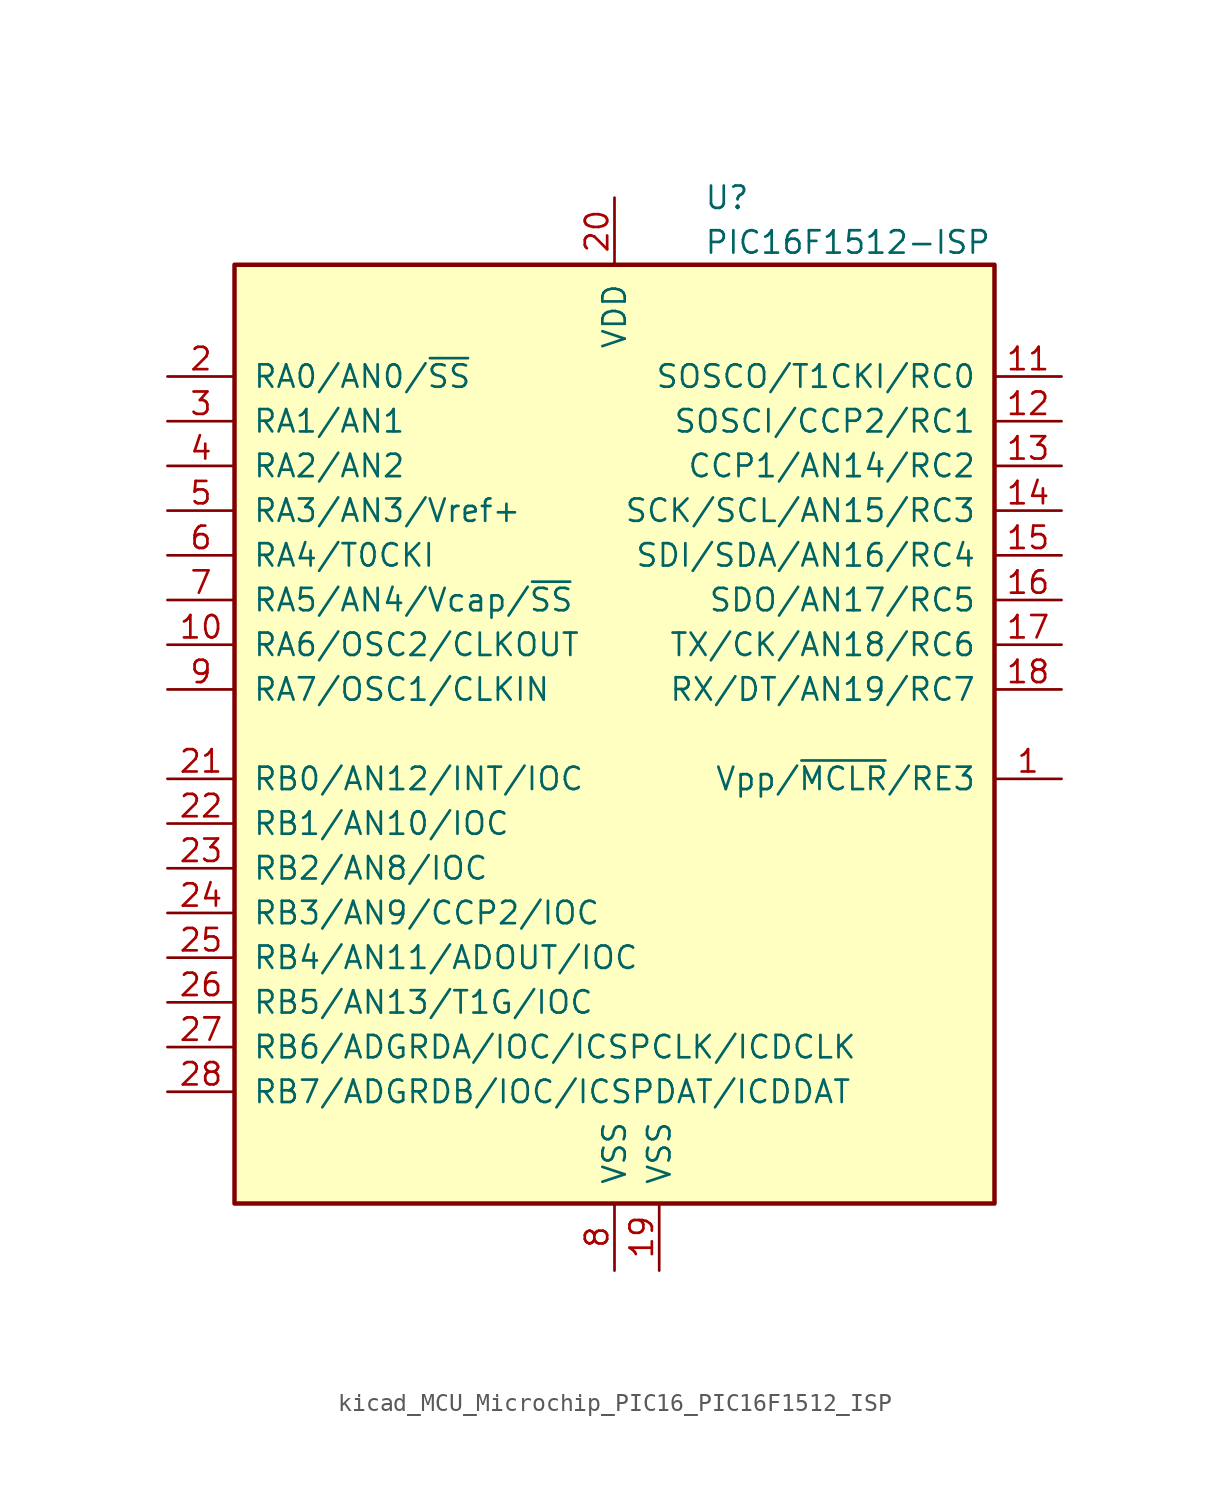
<source format=kicad_sym>
(kicad_symbol_lib
  (version 20220914)
  (generator kicad_symbol_editor)
  (symbol "kicad_MCU_Microchip_PIC16_PIC16F1512_ISP"
    (pin_names
      (offset 1.016))
    (property "Reference" "U"
      (at 5.08 30.48 0)
      (effects (font (size 1.27 1.27)) (justify left)))
    (property "Value" "PIC16F1512-ISP"
      (at 5.08 27.94 0)
      (effects (font (size 1.27 1.27)) (justify left)))
    (symbol "kicad_MCU_Microchip_PIC16_PIC16F1512_ISP_0_1"
      (rectangle (start -21.59 26.67) (end 21.59 -26.67) (stroke (width 0.254) (type default)) (fill (type background))))
    (symbol "kicad_MCU_Microchip_PIC16_PIC16F1512_ISP_1_1"
      (pin input line (at 25.4 -2.54 180) (length 3.81) (name "Vpp/~{MCLR}/RE3" (effects (font (size 1.27 1.27)))) (number "1" (effects (font (size 1.27 1.27)))))
      (pin bidirectional line (at -25.4 5.08 0) (length 3.81) (name "RA6/OSC2/CLKOUT" (effects (font (size 1.27 1.27)))) (number "10" (effects (font (size 1.27 1.27)))))
      (pin bidirectional line (at 25.4 20.32 180) (length 3.81) (name "SOSCO/T1CKI/RC0" (effects (font (size 1.27 1.27)))) (number "11" (effects (font (size 1.27 1.27)))))
      (pin bidirectional line (at 25.4 17.78 180) (length 3.81) (name "SOSCI/CCP2/RC1" (effects (font (size 1.27 1.27)))) (number "12" (effects (font (size 1.27 1.27)))))
      (pin bidirectional line (at 25.4 15.24 180) (length 3.81) (name "CCP1/AN14/RC2" (effects (font (size 1.27 1.27)))) (number "13" (effects (font (size 1.27 1.27)))))
      (pin bidirectional line (at 25.4 12.7 180) (length 3.81) (name "SCK/SCL/AN15/RC3" (effects (font (size 1.27 1.27)))) (number "14" (effects (font (size 1.27 1.27)))))
      (pin bidirectional line (at 25.4 10.16 180) (length 3.81) (name "SDI/SDA/AN16/RC4" (effects (font (size 1.27 1.27)))) (number "15" (effects (font (size 1.27 1.27)))))
      (pin bidirectional line (at 25.4 7.62 180) (length 3.81) (name "SDO/AN17/RC5" (effects (font (size 1.27 1.27)))) (number "16" (effects (font (size 1.27 1.27)))))
      (pin bidirectional line (at 25.4 5.08 180) (length 3.81) (name "TX/CK/AN18/RC6" (effects (font (size 1.27 1.27)))) (number "17" (effects (font (size 1.27 1.27)))))
      (pin bidirectional line (at 25.4 2.54 180) (length 3.81) (name "RX/DT/AN19/RC7" (effects (font (size 1.27 1.27)))) (number "18" (effects (font (size 1.27 1.27)))))
      (pin power_in line (at 2.54 -30.48 90) (length 3.81) (name "VSS" (effects (font (size 1.27 1.27)))) (number "19" (effects (font (size 1.27 1.27)))))
      (pin bidirectional line (at -25.4 20.32 0) (length 3.81) (name "RA0/AN0/~{SS}" (effects (font (size 1.27 1.27)))) (number "2" (effects (font (size 1.27 1.27)))))
      (pin power_in line (at 0 30.48 270) (length 3.81) (name "VDD" (effects (font (size 1.27 1.27)))) (number "20" (effects (font (size 1.27 1.27)))))
      (pin bidirectional line (at -25.4 -2.54 0) (length 3.81) (name "RB0/AN12/INT/IOC" (effects (font (size 1.27 1.27)))) (number "21" (effects (font (size 1.27 1.27)))))
      (pin bidirectional line (at -25.4 -5.08 0) (length 3.81) (name "RB1/AN10/IOC" (effects (font (size 1.27 1.27)))) (number "22" (effects (font (size 1.27 1.27)))))
      (pin bidirectional line (at -25.4 -7.62 0) (length 3.81) (name "RB2/AN8/IOC" (effects (font (size 1.27 1.27)))) (number "23" (effects (font (size 1.27 1.27)))))
      (pin bidirectional line (at -25.4 -10.16 0) (length 3.81) (name "RB3/AN9/CCP2/IOC" (effects (font (size 1.27 1.27)))) (number "24" (effects (font (size 1.27 1.27)))))
      (pin bidirectional line (at -25.4 -12.7 0) (length 3.81) (name "RB4/AN11/ADOUT/IOC" (effects (font (size 1.27 1.27)))) (number "25" (effects (font (size 1.27 1.27)))))
      (pin bidirectional line (at -25.4 -15.24 0) (length 3.81) (name "RB5/AN13/T1G/IOC" (effects (font (size 1.27 1.27)))) (number "26" (effects (font (size 1.27 1.27)))))
      (pin bidirectional line (at -25.4 -17.78 0) (length 3.81) (name "RB6/ADGRDA/IOC/ICSPCLK/ICDCLK" (effects (font (size 1.27 1.27)))) (number "27" (effects (font (size 1.27 1.27)))))
      (pin bidirectional line (at -25.4 -20.32 0) (length 3.81) (name "RB7/ADGRDB/IOC/ICSPDAT/ICDDAT" (effects (font (size 1.27 1.27)))) (number "28" (effects (font (size 1.27 1.27)))))
      (pin bidirectional line (at -25.4 17.78 0) (length 3.81) (name "RA1/AN1" (effects (font (size 1.27 1.27)))) (number "3" (effects (font (size 1.27 1.27)))))
      (pin bidirectional line (at -25.4 15.24 0) (length 3.81) (name "RA2/AN2" (effects (font (size 1.27 1.27)))) (number "4" (effects (font (size 1.27 1.27)))))
      (pin bidirectional line (at -25.4 12.7 0) (length 3.81) (name "RA3/AN3/Vref+" (effects (font (size 1.27 1.27)))) (number "5" (effects (font (size 1.27 1.27)))))
      (pin bidirectional line (at -25.4 10.16 0) (length 3.81) (name "RA4/T0CKI" (effects (font (size 1.27 1.27)))) (number "6" (effects (font (size 1.27 1.27)))))
      (pin bidirectional line (at -25.4 7.62 0) (length 3.81) (name "RA5/AN4/Vcap/~{SS}" (effects (font (size 1.27 1.27)))) (number "7" (effects (font (size 1.27 1.27)))))
      (pin power_in line (at 0 -30.48 90) (length 3.81) (name "VSS" (effects (font (size 1.27 1.27)))) (number "8" (effects (font (size 1.27 1.27)))))
      (pin bidirectional line (at -25.4 2.54 0) (length 3.81) (name "RA7/OSC1/CLKIN" (effects (font (size 1.27 1.27)))) (number "9" (effects (font (size 1.27 1.27))))))))
</source>
